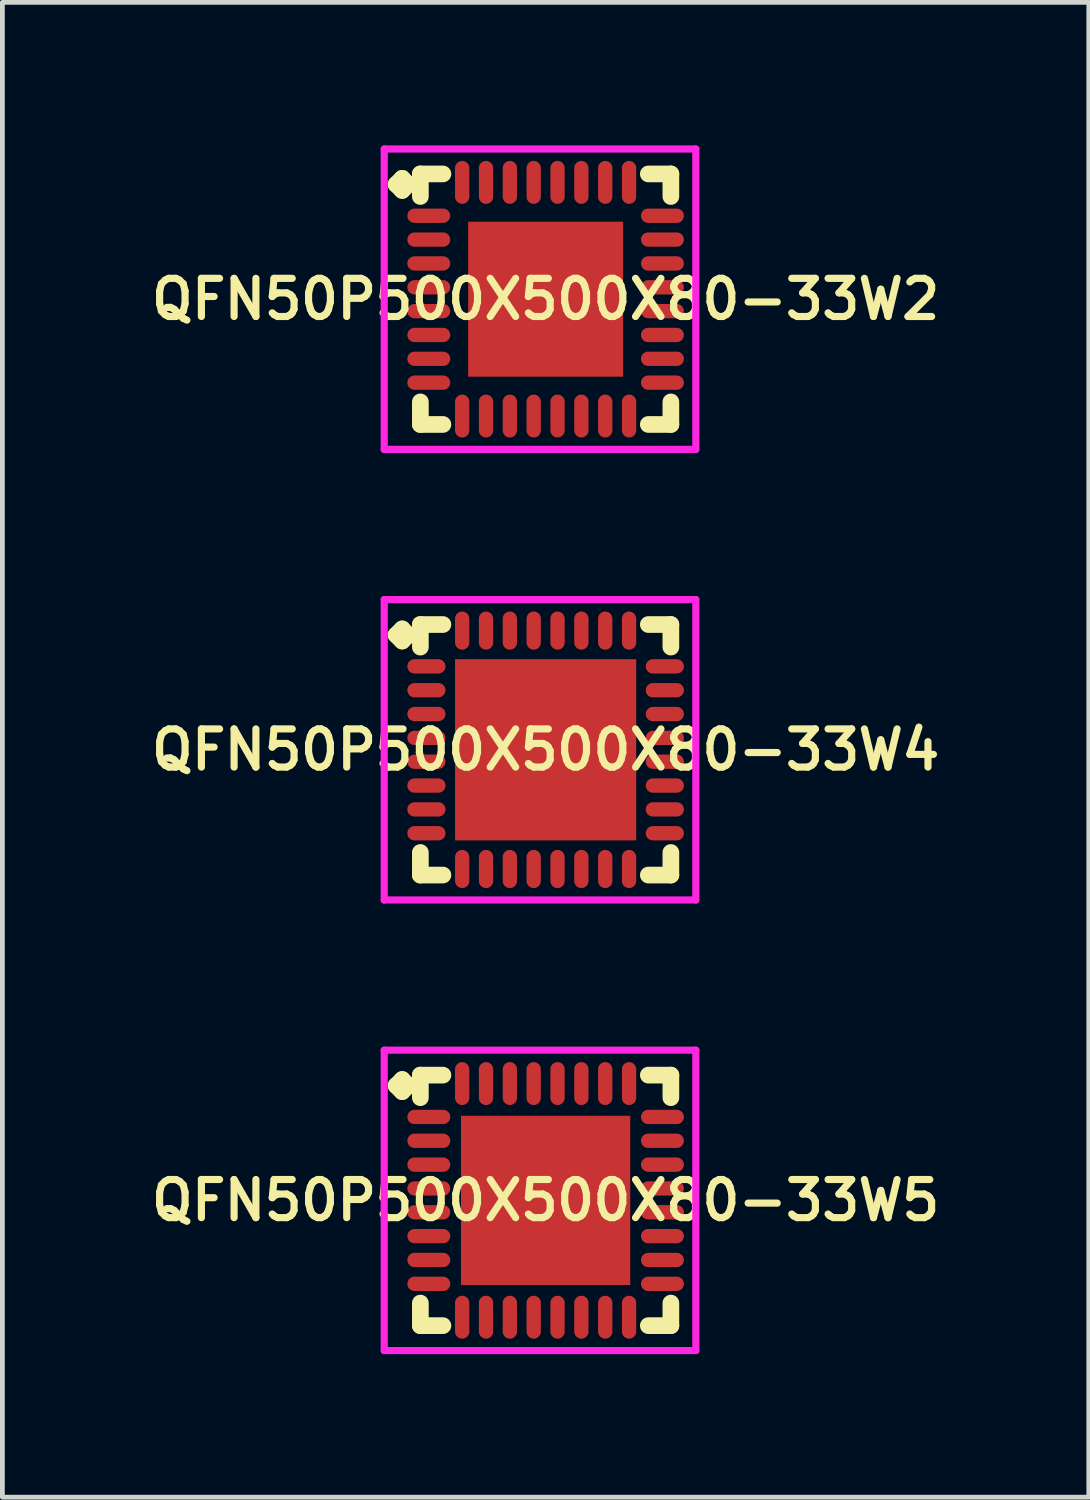
<source format=kicad_pcb>
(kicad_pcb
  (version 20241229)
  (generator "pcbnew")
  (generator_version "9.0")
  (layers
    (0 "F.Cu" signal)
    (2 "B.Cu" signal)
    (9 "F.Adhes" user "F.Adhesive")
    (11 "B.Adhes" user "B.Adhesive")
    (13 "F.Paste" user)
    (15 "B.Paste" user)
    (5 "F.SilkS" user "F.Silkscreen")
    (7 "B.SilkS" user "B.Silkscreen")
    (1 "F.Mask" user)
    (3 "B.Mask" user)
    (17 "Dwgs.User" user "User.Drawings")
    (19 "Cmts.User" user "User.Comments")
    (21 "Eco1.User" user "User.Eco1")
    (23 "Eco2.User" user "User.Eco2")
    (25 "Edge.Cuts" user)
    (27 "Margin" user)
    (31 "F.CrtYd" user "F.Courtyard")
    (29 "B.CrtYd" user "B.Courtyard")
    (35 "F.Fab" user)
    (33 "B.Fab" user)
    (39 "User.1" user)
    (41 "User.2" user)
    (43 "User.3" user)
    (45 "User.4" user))
  (footprint "QFN50P500X500X80-33W2"
    (layer "F.Cu")
    (at 8.393 3.225)
    (property "Reference" "QFN50P500X500X80-33W2" (at 0 0 0) (layer "F.SilkS") (effects (font (size 0.8 0.8) (thickness 0.15))))
    (attr smd)
    (fp_line (start -3.135 -2.408) (end -3.008 -2.535) (stroke (width 0.35) (type solid)) (layer "F.SilkS"))
    (fp_line (start -3.008 -2.535) (end -2.881 -2.408) (stroke (width 0.35) (type solid)) (layer "F.SilkS"))
    (fp_line (start -3.008 -2.281) (end -3.135 -2.408) (stroke (width 0.35) (type solid)) (layer "F.SilkS"))
    (fp_line (start -2.881 -2.408) (end -3.008 -2.281) (stroke (width 0.35) (type solid)) (layer "F.SilkS"))
    (fp_line (start -2.627 -2.627) (end -2.154 -2.627) (stroke (width 0.35) (type solid)) (layer "F.SilkS"))
    (fp_line (start -2.627 -2.154) (end -2.627 -2.627) (stroke (width 0.35) (type solid)) (layer "F.SilkS"))
    (fp_line (start -2.627 2.154) (end -2.627 2.627) (stroke (width 0.35) (type solid)) (layer "F.SilkS"))
    (fp_line (start -2.627 2.627) (end -2.154 2.627) (stroke (width 0.35) (type solid)) (layer "F.SilkS"))
    (fp_line (start 2.154 -2.627) (end 2.627 -2.627) (stroke (width 0.35) (type solid)) (layer "F.SilkS"))
    (fp_line (start 2.154 2.627) (end 2.627 2.627) (stroke (width 0.35) (type solid)) (layer "F.SilkS"))
    (fp_line (start 2.627 -2.627) (end 2.627 -2.154) (stroke (width 0.35) (type solid)) (layer "F.SilkS"))
    (fp_line (start 2.627 2.627) (end 2.627 2.154) (stroke (width 0.35) (type solid)) (layer "F.SilkS"))
    (fp_line (start -3.385 -3.15) (end 3.15 -3.15) (stroke (width 0.15) (type solid)) (layer "F.CrtYd"))
    (fp_line (start -3.385 3.15) (end -3.385 -3.15) (stroke (width 0.15) (type solid)) (layer "F.CrtYd"))
    (fp_line (start 3.15 -3.15) (end 3.15 3.15) (stroke (width 0.15) (type solid)) (layer "F.CrtYd"))
    (fp_line (start 3.15 3.15) (end -3.385 3.15) (stroke (width 0.15) (type solid)) (layer "F.CrtYd"))
    (pad "1" smd oval (at -2.45 -1.75) (size 0.9 0.3) (layers "F.Cu" "F.Mask" "F.Paste"))
    (pad "2" smd oval (at -2.45 -1.25) (size 0.9 0.3) (layers "F.Cu" "F.Mask" "F.Paste"))
    (pad "3" smd oval (at -2.45 -0.75) (size 0.9 0.3) (layers "F.Cu" "F.Mask" "F.Paste"))
    (pad "4" smd oval (at -2.45 -0.25) (size 0.9 0.3) (layers "F.Cu" "F.Mask" "F.Paste"))
    (pad "5" smd oval (at -2.45 0.25) (size 0.9 0.3) (layers "F.Cu" "F.Mask" "F.Paste"))
    (pad "6" smd oval (at -2.45 0.75) (size 0.9 0.3) (layers "F.Cu" "F.Mask" "F.Paste"))
    (pad "7" smd oval (at -2.45 1.25) (size 0.9 0.3) (layers "F.Cu" "F.Mask" "F.Paste"))
    (pad "8" smd oval (at -2.45 1.75) (size 0.9 0.3) (layers "F.Cu" "F.Mask" "F.Paste"))
    (pad "9" smd oval (at -1.75 2.45) (size 0.3 0.9) (layers "F.Cu" "F.Mask" "F.Paste"))
    (pad "10" smd oval (at -1.25 2.45) (size 0.3 0.9) (layers "F.Cu" "F.Mask" "F.Paste"))
    (pad "11" smd oval (at -0.75 2.45) (size 0.3 0.9) (layers "F.Cu" "F.Mask" "F.Paste"))
    (pad "12" smd oval (at -0.25 2.45) (size 0.3 0.9) (layers "F.Cu" "F.Mask" "F.Paste"))
    (pad "13" smd oval (at 0.25 2.45) (size 0.3 0.9) (layers "F.Cu" "F.Mask" "F.Paste"))
    (pad "14" smd oval (at 0.75 2.45) (size 0.3 0.9) (layers "F.Cu" "F.Mask" "F.Paste"))
    (pad "15" smd oval (at 1.25 2.45) (size 0.3 0.9) (layers "F.Cu" "F.Mask" "F.Paste"))
    (pad "16" smd oval (at 1.75 2.45) (size 0.3 0.9) (layers "F.Cu" "F.Mask" "F.Paste"))
    (pad "17" smd oval (at 2.45 1.75) (size 0.9 0.3) (layers "F.Cu" "F.Mask" "F.Paste"))
    (pad "18" smd oval (at 2.45 1.25) (size 0.9 0.3) (layers "F.Cu" "F.Mask" "F.Paste"))
    (pad "19" smd oval (at 2.45 0.75) (size 0.9 0.3) (layers "F.Cu" "F.Mask" "F.Paste"))
    (pad "20" smd oval (at 2.45 0.25) (size 0.9 0.3) (layers "F.Cu" "F.Mask" "F.Paste"))
    (pad "21" smd oval (at 2.45 -0.25) (size 0.9 0.3) (layers "F.Cu" "F.Mask" "F.Paste"))
    (pad "22" smd oval (at 2.45 -0.75) (size 0.9 0.3) (layers "F.Cu" "F.Mask" "F.Paste"))
    (pad "23" smd oval (at 2.45 -1.25) (size 0.9 0.3) (layers "F.Cu" "F.Mask" "F.Paste"))
    (pad "24" smd oval (at 2.45 -1.75) (size 0.9 0.3) (layers "F.Cu" "F.Mask" "F.Paste"))
    (pad "25" smd oval (at 1.75 -2.45) (size 0.3 0.9) (layers "F.Cu" "F.Mask" "F.Paste"))
    (pad "26" smd oval (at 1.25 -2.45) (size 0.3 0.9) (layers "F.Cu" "F.Mask" "F.Paste"))
    (pad "27" smd oval (at 0.75 -2.45) (size 0.3 0.9) (layers "F.Cu" "F.Mask" "F.Paste"))
    (pad "28" smd oval (at 0.25 -2.45) (size 0.3 0.9) (layers "F.Cu" "F.Mask" "F.Paste"))
    (pad "29" smd oval (at -0.25 -2.45) (size 0.3 0.9) (layers "F.Cu" "F.Mask" "F.Paste"))
    (pad "30" smd oval (at -0.75 -2.45) (size 0.3 0.9) (layers "F.Cu" "F.Mask" "F.Paste"))
    (pad "31" smd oval (at -1.25 -2.45) (size 0.3 0.9) (layers "F.Cu" "F.Mask" "F.Paste"))
    (pad "32" smd oval (at -1.75 -2.45) (size 0.3 0.9) (layers "F.Cu" "F.Mask" "F.Paste"))
    (pad "33" smd rect (at 0 0) (size 3.25 3.25) (layers "F.Cu" "F.Mask" "F.Paste")))
  (footprint "QFN50P500X500X80-33W4"
    (layer "F.Cu")
    (at 8.393 12.675)
    (property "Reference" "QFN50P500X500X80-33W4" (at 0 0 0) (layer "F.SilkS") (effects (font (size 0.8 0.8) (thickness 0.15))))
    (attr smd)
    (fp_line (start -3.135 -2.408) (end -3.008 -2.535) (stroke (width 0.35) (type solid)) (layer "F.SilkS"))
    (fp_line (start -3.008 -2.535) (end -2.881 -2.408) (stroke (width 0.35) (type solid)) (layer "F.SilkS"))
    (fp_line (start -3.008 -2.281) (end -3.135 -2.408) (stroke (width 0.35) (type solid)) (layer "F.SilkS"))
    (fp_line (start -2.881 -2.408) (end -3.008 -2.281) (stroke (width 0.35) (type solid)) (layer "F.SilkS"))
    (fp_line (start -2.627 -2.627) (end -2.154 -2.627) (stroke (width 0.35) (type solid)) (layer "F.SilkS"))
    (fp_line (start -2.627 -2.154) (end -2.627 -2.627) (stroke (width 0.35) (type solid)) (layer "F.SilkS"))
    (fp_line (start -2.627 2.154) (end -2.627 2.627) (stroke (width 0.35) (type solid)) (layer "F.SilkS"))
    (fp_line (start -2.627 2.627) (end -2.154 2.627) (stroke (width 0.35) (type solid)) (layer "F.SilkS"))
    (fp_line (start 2.154 -2.627) (end 2.627 -2.627) (stroke (width 0.35) (type solid)) (layer "F.SilkS"))
    (fp_line (start 2.154 2.627) (end 2.627 2.627) (stroke (width 0.35) (type solid)) (layer "F.SilkS"))
    (fp_line (start 2.627 -2.627) (end 2.627 -2.154) (stroke (width 0.35) (type solid)) (layer "F.SilkS"))
    (fp_line (start 2.627 2.627) (end 2.627 2.154) (stroke (width 0.35) (type solid)) (layer "F.SilkS"))
    (fp_line (start -3.385 -3.15) (end 3.15 -3.15) (stroke (width 0.15) (type solid)) (layer "F.CrtYd"))
    (fp_line (start -3.385 3.15) (end -3.385 -3.15) (stroke (width 0.15) (type solid)) (layer "F.CrtYd"))
    (fp_line (start 3.15 -3.15) (end 3.15 3.15) (stroke (width 0.15) (type solid)) (layer "F.CrtYd"))
    (fp_line (start 3.15 3.15) (end -3.385 3.15) (stroke (width 0.15) (type solid)) (layer "F.CrtYd"))
    (pad "1" smd oval (at -2.5 -1.75) (size 0.8 0.3) (layers "F.Cu" "F.Mask" "F.Paste"))
    (pad "2" smd oval (at -2.5 -1.25) (size 0.8 0.3) (layers "F.Cu" "F.Mask" "F.Paste"))
    (pad "3" smd oval (at -2.5 -0.75) (size 0.8 0.3) (layers "F.Cu" "F.Mask" "F.Paste"))
    (pad "4" smd oval (at -2.5 -0.25) (size 0.8 0.3) (layers "F.Cu" "F.Mask" "F.Paste"))
    (pad "5" smd oval (at -2.5 0.25) (size 0.8 0.3) (layers "F.Cu" "F.Mask" "F.Paste"))
    (pad "6" smd oval (at -2.5 0.75) (size 0.8 0.3) (layers "F.Cu" "F.Mask" "F.Paste"))
    (pad "7" smd oval (at -2.5 1.25) (size 0.8 0.3) (layers "F.Cu" "F.Mask" "F.Paste"))
    (pad "8" smd oval (at -2.5 1.75) (size 0.8 0.3) (layers "F.Cu" "F.Mask" "F.Paste"))
    (pad "9" smd oval (at -1.75 2.5) (size 0.3 0.8) (layers "F.Cu" "F.Mask" "F.Paste"))
    (pad "10" smd oval (at -1.25 2.5) (size 0.3 0.8) (layers "F.Cu" "F.Mask" "F.Paste"))
    (pad "11" smd oval (at -0.75 2.5) (size 0.3 0.8) (layers "F.Cu" "F.Mask" "F.Paste"))
    (pad "12" smd oval (at -0.25 2.5) (size 0.3 0.8) (layers "F.Cu" "F.Mask" "F.Paste"))
    (pad "13" smd oval (at 0.25 2.5) (size 0.3 0.8) (layers "F.Cu" "F.Mask" "F.Paste"))
    (pad "14" smd oval (at 0.75 2.5) (size 0.3 0.8) (layers "F.Cu" "F.Mask" "F.Paste"))
    (pad "15" smd oval (at 1.25 2.5) (size 0.3 0.8) (layers "F.Cu" "F.Mask" "F.Paste"))
    (pad "16" smd oval (at 1.75 2.5) (size 0.3 0.8) (layers "F.Cu" "F.Mask" "F.Paste"))
    (pad "17" smd oval (at 2.5 1.75) (size 0.8 0.3) (layers "F.Cu" "F.Mask" "F.Paste"))
    (pad "18" smd oval (at 2.5 1.25) (size 0.8 0.3) (layers "F.Cu" "F.Mask" "F.Paste"))
    (pad "19" smd oval (at 2.5 0.75) (size 0.8 0.3) (layers "F.Cu" "F.Mask" "F.Paste"))
    (pad "20" smd oval (at 2.5 0.25) (size 0.8 0.3) (layers "F.Cu" "F.Mask" "F.Paste"))
    (pad "21" smd oval (at 2.5 -0.25) (size 0.8 0.3) (layers "F.Cu" "F.Mask" "F.Paste"))
    (pad "22" smd oval (at 2.5 -0.75) (size 0.8 0.3) (layers "F.Cu" "F.Mask" "F.Paste"))
    (pad "23" smd oval (at 2.5 -1.25) (size 0.8 0.3) (layers "F.Cu" "F.Mask" "F.Paste"))
    (pad "24" smd oval (at 2.5 -1.75) (size 0.8 0.3) (layers "F.Cu" "F.Mask" "F.Paste"))
    (pad "25" smd oval (at 1.75 -2.5) (size 0.3 0.8) (layers "F.Cu" "F.Mask" "F.Paste"))
    (pad "26" smd oval (at 1.25 -2.5) (size 0.3 0.8) (layers "F.Cu" "F.Mask" "F.Paste"))
    (pad "27" smd oval (at 0.75 -2.5) (size 0.3 0.8) (layers "F.Cu" "F.Mask" "F.Paste"))
    (pad "28" smd oval (at 0.25 -2.5) (size 0.3 0.8) (layers "F.Cu" "F.Mask" "F.Paste"))
    (pad "29" smd oval (at -0.25 -2.5) (size 0.3 0.8) (layers "F.Cu" "F.Mask" "F.Paste"))
    (pad "30" smd oval (at -0.75 -2.5) (size 0.3 0.8) (layers "F.Cu" "F.Mask" "F.Paste"))
    (pad "31" smd oval (at -1.25 -2.5) (size 0.3 0.8) (layers "F.Cu" "F.Mask" "F.Paste"))
    (pad "32" smd oval (at -1.75 -2.5) (size 0.3 0.8) (layers "F.Cu" "F.Mask" "F.Paste"))
    (pad "33" smd rect (at 0 0) (size 3.8 3.8) (layers "F.Cu" "F.Mask" "F.Paste")))
  (footprint "QFN50P500X500X80-33W5"
    (layer "F.Cu")
    (at 8.393 22.125)
    (property "Reference" "QFN50P500X500X80-33W5" (at 0 0 0) (layer "F.SilkS") (effects (font (size 0.8 0.8) (thickness 0.15))))
    (attr smd)
    (fp_line (start -3.135 -2.408) (end -3.008 -2.535) (stroke (width 0.35) (type solid)) (layer "F.SilkS"))
    (fp_line (start -3.008 -2.535) (end -2.881 -2.408) (stroke (width 0.35) (type solid)) (layer "F.SilkS"))
    (fp_line (start -3.008 -2.281) (end -3.135 -2.408) (stroke (width 0.35) (type solid)) (layer "F.SilkS"))
    (fp_line (start -2.881 -2.408) (end -3.008 -2.281) (stroke (width 0.35) (type solid)) (layer "F.SilkS"))
    (fp_line (start -2.627 -2.627) (end -2.154 -2.627) (stroke (width 0.35) (type solid)) (layer "F.SilkS"))
    (fp_line (start -2.627 -2.154) (end -2.627 -2.627) (stroke (width 0.35) (type solid)) (layer "F.SilkS"))
    (fp_line (start -2.627 2.154) (end -2.627 2.627) (stroke (width 0.35) (type solid)) (layer "F.SilkS"))
    (fp_line (start -2.627 2.627) (end -2.154 2.627) (stroke (width 0.35) (type solid)) (layer "F.SilkS"))
    (fp_line (start 2.154 -2.627) (end 2.627 -2.627) (stroke (width 0.35) (type solid)) (layer "F.SilkS"))
    (fp_line (start 2.154 2.627) (end 2.627 2.627) (stroke (width 0.35) (type solid)) (layer "F.SilkS"))
    (fp_line (start 2.627 -2.627) (end 2.627 -2.154) (stroke (width 0.35) (type solid)) (layer "F.SilkS"))
    (fp_line (start 2.627 2.627) (end 2.627 2.154) (stroke (width 0.35) (type solid)) (layer "F.SilkS"))
    (fp_line (start -3.385 -3.15) (end 3.15 -3.15) (stroke (width 0.15) (type solid)) (layer "F.CrtYd"))
    (fp_line (start -3.385 3.15) (end -3.385 -3.15) (stroke (width 0.15) (type solid)) (layer "F.CrtYd"))
    (fp_line (start 3.15 -3.15) (end 3.15 3.15) (stroke (width 0.15) (type solid)) (layer "F.CrtYd"))
    (fp_line (start 3.15 3.15) (end -3.385 3.15) (stroke (width 0.15) (type solid)) (layer "F.CrtYd"))
    (pad "1" smd oval (at -2.45 -1.75) (size 0.9 0.3) (layers "F.Cu" "F.Mask" "F.Paste"))
    (pad "2" smd oval (at -2.45 -1.25) (size 0.9 0.3) (layers "F.Cu" "F.Mask" "F.Paste"))
    (pad "3" smd oval (at -2.45 -0.75) (size 0.9 0.3) (layers "F.Cu" "F.Mask" "F.Paste"))
    (pad "4" smd oval (at -2.45 -0.25) (size 0.9 0.3) (layers "F.Cu" "F.Mask" "F.Paste"))
    (pad "5" smd oval (at -2.45 0.25) (size 0.9 0.3) (layers "F.Cu" "F.Mask" "F.Paste"))
    (pad "6" smd oval (at -2.45 0.75) (size 0.9 0.3) (layers "F.Cu" "F.Mask" "F.Paste"))
    (pad "7" smd oval (at -2.45 1.25) (size 0.9 0.3) (layers "F.Cu" "F.Mask" "F.Paste"))
    (pad "8" smd oval (at -2.45 1.75) (size 0.9 0.3) (layers "F.Cu" "F.Mask" "F.Paste"))
    (pad "9" smd oval (at -1.75 2.45) (size 0.3 0.9) (layers "F.Cu" "F.Mask" "F.Paste"))
    (pad "10" smd oval (at -1.25 2.45) (size 0.3 0.9) (layers "F.Cu" "F.Mask" "F.Paste"))
    (pad "11" smd oval (at -0.75 2.45) (size 0.3 0.9) (layers "F.Cu" "F.Mask" "F.Paste"))
    (pad "12" smd oval (at -0.25 2.45) (size 0.3 0.9) (layers "F.Cu" "F.Mask" "F.Paste"))
    (pad "13" smd oval (at 0.25 2.45) (size 0.3 0.9) (layers "F.Cu" "F.Mask" "F.Paste"))
    (pad "14" smd oval (at 0.75 2.45) (size 0.3 0.9) (layers "F.Cu" "F.Mask" "F.Paste"))
    (pad "15" smd oval (at 1.25 2.45) (size 0.3 0.9) (layers "F.Cu" "F.Mask" "F.Paste"))
    (pad "16" smd oval (at 1.75 2.45) (size 0.3 0.9) (layers "F.Cu" "F.Mask" "F.Paste"))
    (pad "17" smd oval (at 2.45 1.75) (size 0.9 0.3) (layers "F.Cu" "F.Mask" "F.Paste"))
    (pad "18" smd oval (at 2.45 1.25) (size 0.9 0.3) (layers "F.Cu" "F.Mask" "F.Paste"))
    (pad "19" smd oval (at 2.45 0.75) (size 0.9 0.3) (layers "F.Cu" "F.Mask" "F.Paste"))
    (pad "20" smd oval (at 2.45 0.25) (size 0.9 0.3) (layers "F.Cu" "F.Mask" "F.Paste"))
    (pad "21" smd oval (at 2.45 -0.25) (size 0.9 0.3) (layers "F.Cu" "F.Mask" "F.Paste"))
    (pad "22" smd oval (at 2.45 -0.75) (size 0.9 0.3) (layers "F.Cu" "F.Mask" "F.Paste"))
    (pad "23" smd oval (at 2.45 -1.25) (size 0.9 0.3) (layers "F.Cu" "F.Mask" "F.Paste"))
    (pad "24" smd oval (at 2.45 -1.75) (size 0.9 0.3) (layers "F.Cu" "F.Mask" "F.Paste"))
    (pad "25" smd oval (at 1.75 -2.45) (size 0.3 0.9) (layers "F.Cu" "F.Mask" "F.Paste"))
    (pad "26" smd oval (at 1.25 -2.45) (size 0.3 0.9) (layers "F.Cu" "F.Mask" "F.Paste"))
    (pad "27" smd oval (at 0.75 -2.45) (size 0.3 0.9) (layers "F.Cu" "F.Mask" "F.Paste"))
    (pad "28" smd oval (at 0.25 -2.45) (size 0.3 0.9) (layers "F.Cu" "F.Mask" "F.Paste"))
    (pad "29" smd oval (at -0.25 -2.45) (size 0.3 0.9) (layers "F.Cu" "F.Mask" "F.Paste"))
    (pad "30" smd oval (at -0.75 -2.45) (size 0.3 0.9) (layers "F.Cu" "F.Mask" "F.Paste"))
    (pad "31" smd oval (at -1.25 -2.45) (size 0.3 0.9) (layers "F.Cu" "F.Mask" "F.Paste"))
    (pad "32" smd oval (at -1.75 -2.45) (size 0.3 0.9) (layers "F.Cu" "F.Mask" "F.Paste"))
    (pad "33" smd rect (at 0 0) (size 3.55 3.55) (layers "F.Cu" "F.Mask" "F.Paste")))
  (gr_rect
    (start -3 -3)
    (end 19.785 28.35)
    (stroke (width 0.1) (type default))
    (fill no)
    (layer "Edge.Cuts")))
</source>
